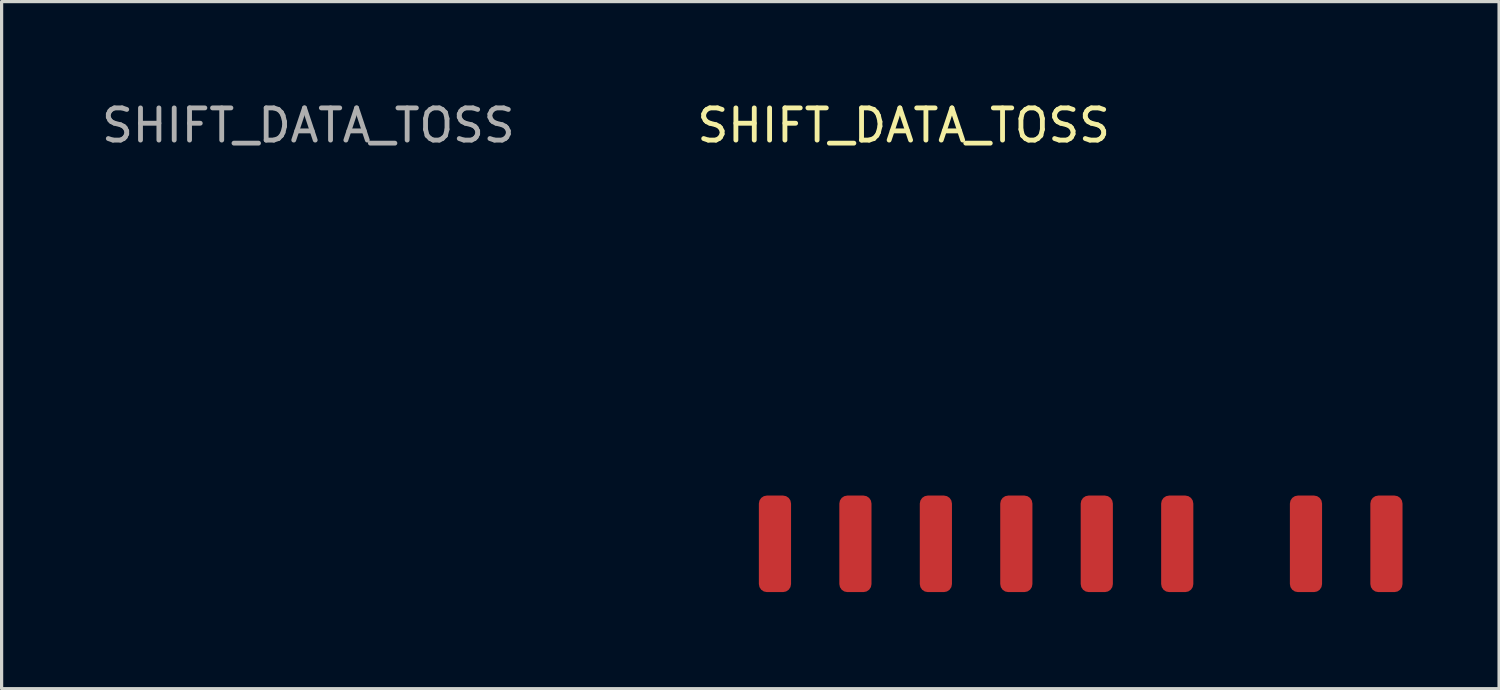
<source format=kicad_pcb>
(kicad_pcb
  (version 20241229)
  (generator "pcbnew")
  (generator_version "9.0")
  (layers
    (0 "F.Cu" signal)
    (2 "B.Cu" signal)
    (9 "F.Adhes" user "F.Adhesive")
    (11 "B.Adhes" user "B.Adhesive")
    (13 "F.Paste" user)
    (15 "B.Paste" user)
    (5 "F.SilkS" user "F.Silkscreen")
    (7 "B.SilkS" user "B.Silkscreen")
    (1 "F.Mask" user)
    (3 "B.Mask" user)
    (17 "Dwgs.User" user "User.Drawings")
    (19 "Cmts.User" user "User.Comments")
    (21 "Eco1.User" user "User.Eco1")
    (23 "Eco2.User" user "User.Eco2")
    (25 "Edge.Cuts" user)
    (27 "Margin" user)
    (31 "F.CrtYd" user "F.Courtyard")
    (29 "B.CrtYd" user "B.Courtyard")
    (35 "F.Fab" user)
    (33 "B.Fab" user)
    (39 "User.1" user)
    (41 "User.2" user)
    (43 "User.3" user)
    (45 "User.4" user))
  (footprint "SHIFT_DATA_TOSS"
    (layer "F.Cu")
    (at 21.03 13.848)
    (property "Reference" "SHIFT_DATA_TOSS" (at 4 -13 0) (unlocked yes) (layer "F.SilkS") (effects (font (size 1 1) (thickness 0.15))))
    (attr smd)
    (fp_text user "${REFERENCE}" (at -14.5 -13 0) (unlocked yes) (layer "F.Fab") (effects (font (size 1 1) (thickness 0.15))))
    (pad "1" smd roundrect (at 0 0) (size 1 3) (layers "F.Cu" "F.Mask" "F.Paste") (roundrect_rratio 0.25))
    (pad "2" smd roundrect (at 2.5 0) (size 1 3) (layers "F.Cu" "F.Mask" "F.Paste") (roundrect_rratio 0.25))
    (pad "3" smd roundrect (at 5 0) (size 1 3) (layers "F.Cu" "F.Mask" "F.Paste") (roundrect_rratio 0.25))
    (pad "4" smd roundrect (at 7.5 0) (size 1 3) (layers "F.Cu" "F.Mask" "F.Paste") (roundrect_rratio 0.25))
    (pad "5" smd roundrect (at 10 0) (size 1 3) (layers "F.Cu" "F.Mask" "F.Paste") (roundrect_rratio 0.25))
    (pad "6" smd roundrect (at 12.5 0) (size 1 3) (layers "F.Cu" "F.Mask" "F.Paste") (roundrect_rratio 0.25))
    (pad "7" smd roundrect (at 16.5 0) (size 1 3) (layers "F.Cu" "F.Mask" "F.Paste") (roundrect_rratio 0.25))
    (pad "8" smd roundrect (at 19 0) (size 1 3) (layers "F.Cu" "F.Mask" "F.Paste") (roundrect_rratio 0.25)))
  (gr_rect
    (start -3 -3)
    (end 43.53 18.348)
    (stroke (width 0.1) (type default))
    (fill no)
    (layer "Edge.Cuts")))
</source>
